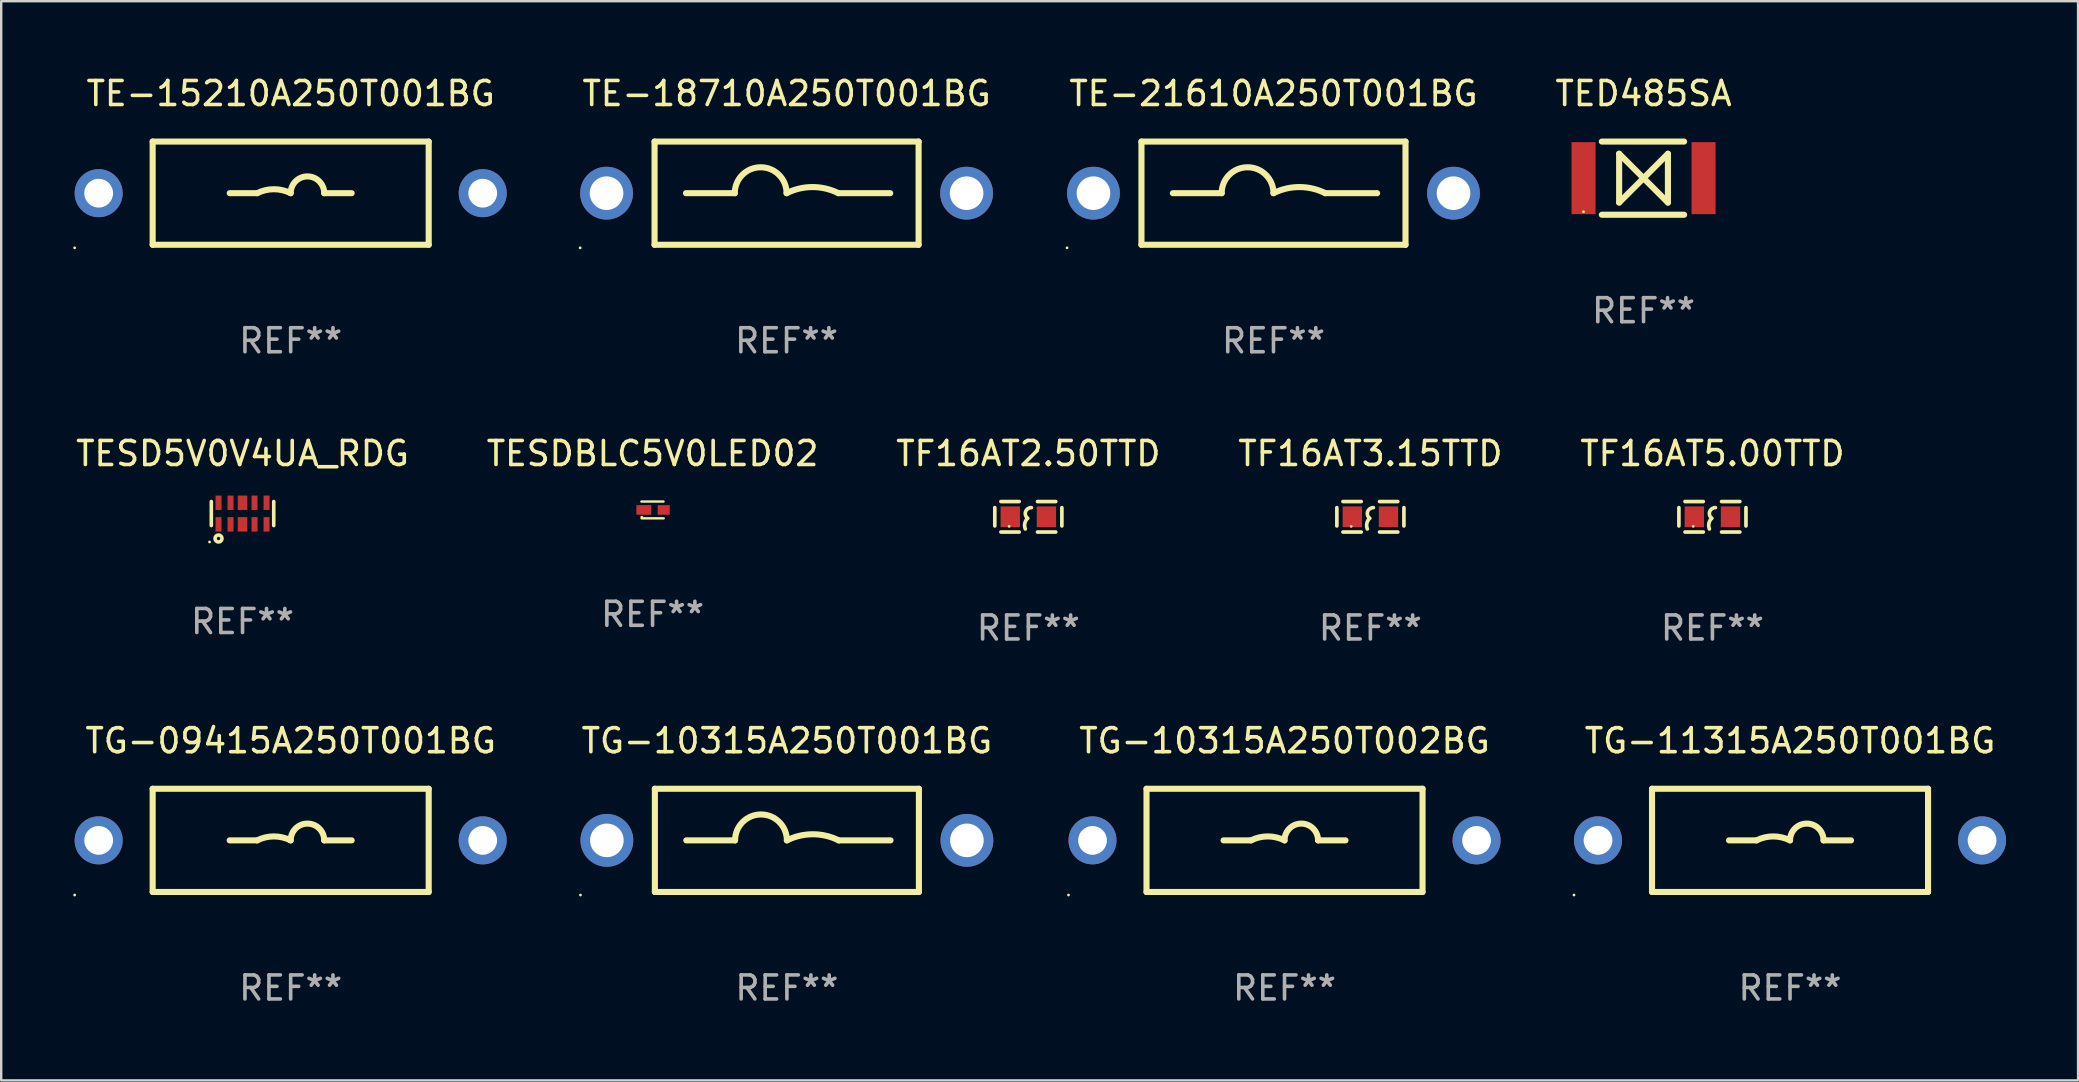
<source format=kicad_pcb>
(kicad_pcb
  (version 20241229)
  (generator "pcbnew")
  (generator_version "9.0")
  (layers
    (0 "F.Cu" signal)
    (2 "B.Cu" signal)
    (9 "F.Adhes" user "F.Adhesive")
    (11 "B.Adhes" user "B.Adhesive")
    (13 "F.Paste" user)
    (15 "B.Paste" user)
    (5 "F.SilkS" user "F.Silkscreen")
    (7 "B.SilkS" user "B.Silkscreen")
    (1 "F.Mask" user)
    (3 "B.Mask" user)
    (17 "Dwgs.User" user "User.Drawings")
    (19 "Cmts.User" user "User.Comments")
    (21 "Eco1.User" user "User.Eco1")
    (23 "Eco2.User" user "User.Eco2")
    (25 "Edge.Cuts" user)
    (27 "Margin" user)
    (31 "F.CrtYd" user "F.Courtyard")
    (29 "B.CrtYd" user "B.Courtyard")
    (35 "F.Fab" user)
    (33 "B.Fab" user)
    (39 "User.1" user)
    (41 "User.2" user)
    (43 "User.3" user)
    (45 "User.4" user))
  (footprint "TG-10315A250T001BG"
    (layer "F.Cu")
    (at 29.733 31.961)
    (property "Reference" "TG-10315A250T001BG" (at 0 -4.15 0) (layer "F.SilkS") (effects (font (size 1 1) (thickness 0.15))))
    (attr through_hole)
    (fp_line (start -5.5 -2.15) (end -5.5 2.15) (stroke (width 0.254) (type solid)) (layer "F.SilkS"))
    (fp_line (start -5.5 -2.15) (end 5.5 -2.15) (stroke (width 0.254) (type solid)) (layer "F.SilkS"))
    (fp_line (start -5.5 2.15) (end 5.5 2.15) (stroke (width 0.254) (type solid)) (layer "F.SilkS"))
    (fp_line (start -2.159 0) (end -4.191 0) (stroke (width 0.254) (type solid)) (layer "F.SilkS"))
    (fp_line (start 2.159 0) (end 4.318 0) (stroke (width 0.254) (type solid)) (layer "F.SilkS"))
    (fp_line (start 5.5 -2.15) (end 5.5 2.15) (stroke (width 0.254) (type solid)) (layer "F.SilkS"))
    (fp_arc (start -2.159004 0) (mid -1.079502 -1.079502) (end 0 0) (stroke (width 0.254001) (type solid)) (layer "F.SilkS"))
    (fp_arc (start 0 0) (mid 1.079502 -0.254836) (end 2.159004 0) (stroke (width 0.254001) (type solid)) (layer "F.SilkS"))
    (fp_circle (center -8.6 2.277) (end -8.57 2.277) (stroke (width 0.06) (type solid)) (fill no) (layer "F.SilkS"))
    (fp_text user "REF**" (at 0 6.15 0) (layer "F.Fab") (effects (font (size 1 1) (thickness 0.15))))
    (pad "1" thru_hole circle (at -7.5 0) (size 2.2 2.2) (drill 1.4) (layers "*.Cu" "*.Mask"))
    (pad "2" thru_hole circle (at 7.5 0) (size 2.2 2.2) (drill 1.4) (layers "*.Cu" "*.Mask")))
  (footprint "TG-09415A250T001BG"
    (layer "F.Cu")
    (at 9.06 31.961)
    (property "Reference" "TG-09415A250T001BG" (at 0 -4.15 0) (layer "F.SilkS") (effects (font (size 1 1) (thickness 0.15))))
    (attr through_hole)
    (fp_line (start -5.75 2.15) (end 5.75 2.15) (stroke (width 0.254) (type solid)) (layer "F.SilkS"))
    (fp_line (start -5.75 -2.15) (end -5.75 2.15) (stroke (width 0.254) (type solid)) (layer "F.SilkS"))
    (fp_line (start -5.75 -2.15) (end 5.75 -2.15) (stroke (width 0.254) (type solid)) (layer "F.SilkS"))
    (fp_line (start -2.54 0) (end -1.397 0) (stroke (width 0.254) (type solid)) (layer "F.SilkS"))
    (fp_line (start 2.54 0) (end 1.397 0) (stroke (width 0.254) (type solid)) (layer "F.SilkS"))
    (fp_line (start 5.75 -2.15) (end 5.75 2.15) (stroke (width 0.254) (type solid)) (layer "F.SilkS"))
    (fp_arc (start -1.397003 0) (mid -0.698501 -0.164894) (end 0 0) (stroke (width 0.254001) (type solid)) (layer "F.SilkS"))
    (fp_arc (start -0.000001 0) (mid 0.698501 -0.698502) (end 1.397003 0) (stroke (width 0.254001) (type solid)) (layer "F.SilkS"))
    (fp_circle (center -9 2.277) (end -8.97 2.277) (stroke (width 0.06) (type solid)) (fill no) (layer "F.SilkS"))
    (fp_text user "REF**" (at 0 6.15 0) (layer "F.Fab") (effects (font (size 1 1) (thickness 0.15))))
    (pad "1" thru_hole circle (at -8 0) (size 2 2) (drill 1.2) (layers "*.Cu" "*.Mask"))
    (pad "2" thru_hole circle (at 8 0) (size 2 2) (drill 1.2) (layers "*.Cu" "*.Mask")))
  (footprint "TF16AT3.15TTD"
    (layer "F.Cu")
    (at 54.042 18.48)
    (property "Reference" "TF16AT3.15TTD" (at 0 -2.635 0) (layer "F.SilkS") (effects (font (size 1 1) (thickness 0.15))))
    (attr through_hole)
    (fp_line (start -1.397 -0.381) (end -1.397 0.381) (stroke (width 0.152) (type solid)) (layer "F.SilkS"))
    (fp_line (start -0.381 -0.635) (end -1.143 -0.635) (stroke (width 0.152) (type solid)) (layer "F.SilkS"))
    (fp_line (start -0.381 0.635) (end -1.143 0.635) (stroke (width 0.152) (type solid)) (layer "F.SilkS"))
    (fp_line (start 0.381 -0.635) (end 1.143 -0.635) (stroke (width 0.152) (type solid)) (layer "F.SilkS"))
    (fp_line (start 0.381 0.635) (end 1.143 0.635) (stroke (width 0.152) (type solid)) (layer "F.SilkS"))
    (fp_line (start 1.397 -0.381) (end 1.397 0.381) (stroke (width 0.152) (type solid)) (layer "F.SilkS"))
    (fp_arc (start -0.127 0.508001) (mid -0.146523 0.271131) (end -0.030861 0.0635) (stroke (width 0.151994) (type solid)) (layer "F.SilkS"))
    (fp_arc (start -0.03175 0.0635) (mid -0.113571 -0.216321) (end 0.127001 -0.381002) (stroke (width 0.151994) (type solid)) (layer "F.SilkS"))
    (fp_circle (center -0.8 0.4) (end -0.77 0.4) (stroke (width 0.06) (type solid)) (fill no) (layer "F.SilkS"))
    (fp_text user "REF**" (at 0 4.635 0) (layer "F.Fab") (effects (font (size 1 1) (thickness 0.15))))
    (pad "1" smd rect (at -0.753 0) (size 0.806 0.864) (layers "F.Cu" "F.Mask" "F.Paste"))
    (pad "2" smd rect (at 0.753 0) (size 0.806 0.864) (layers "F.Cu" "F.Mask" "F.Paste")))
  (footprint "TE-15210A250T001BG"
    (layer "F.Cu")
    (at 9.06 4.998)
    (property "Reference" "TE-15210A250T001BG" (at 0 -4.15 0) (layer "F.SilkS") (effects (font (size 1 1) (thickness 0.15))))
    (attr through_hole)
    (fp_line (start -5.75 2.15) (end 5.75 2.15) (stroke (width 0.254) (type solid)) (layer "F.SilkS"))
    (fp_line (start -5.75 -2.15) (end -5.75 2.15) (stroke (width 0.254) (type solid)) (layer "F.SilkS"))
    (fp_line (start -5.75 -2.15) (end 5.75 -2.15) (stroke (width 0.254) (type solid)) (layer "F.SilkS"))
    (fp_line (start -2.54 0) (end -1.397 0) (stroke (width 0.254) (type solid)) (layer "F.SilkS"))
    (fp_line (start 2.54 0) (end 1.397 0) (stroke (width 0.254) (type solid)) (layer "F.SilkS"))
    (fp_line (start 5.75 -2.15) (end 5.75 2.15) (stroke (width 0.254) (type solid)) (layer "F.SilkS"))
    (fp_arc (start -1.397003 0) (mid -0.698501 -0.164894) (end 0 0) (stroke (width 0.254001) (type solid)) (layer "F.SilkS"))
    (fp_arc (start -0.000001 0) (mid 0.698501 -0.698502) (end 1.397003 0) (stroke (width 0.254001) (type solid)) (layer "F.SilkS"))
    (fp_circle (center -9 2.277) (end -8.97 2.277) (stroke (width 0.06) (type solid)) (fill no) (layer "F.SilkS"))
    (fp_text user "REF**" (at 0 6.15 0) (layer "F.Fab") (effects (font (size 1 1) (thickness 0.15))))
    (pad "1" thru_hole circle (at -8 0) (size 2 2) (drill 1.2) (layers "*.Cu" "*.Mask"))
    (pad "2" thru_hole circle (at 8 0) (size 2 2) (drill 1.2) (layers "*.Cu" "*.Mask")))
  (footprint "TF16AT5.00TTD"
    (layer "F.Cu")
    (at 68.292 18.48)
    (property "Reference" "TF16AT5.00TTD" (at 0 -2.635 0) (layer "F.SilkS") (effects (font (size 1 1) (thickness 0.15))))
    (attr through_hole)
    (fp_line (start -1.397 -0.381) (end -1.397 0.381) (stroke (width 0.152) (type solid)) (layer "F.SilkS"))
    (fp_line (start -0.381 -0.635) (end -1.143 -0.635) (stroke (width 0.152) (type solid)) (layer "F.SilkS"))
    (fp_line (start -0.381 0.635) (end -1.143 0.635) (stroke (width 0.152) (type solid)) (layer "F.SilkS"))
    (fp_line (start 0.381 -0.635) (end 1.143 -0.635) (stroke (width 0.152) (type solid)) (layer "F.SilkS"))
    (fp_line (start 0.381 0.635) (end 1.143 0.635) (stroke (width 0.152) (type solid)) (layer "F.SilkS"))
    (fp_line (start 1.397 -0.381) (end 1.397 0.381) (stroke (width 0.152) (type solid)) (layer "F.SilkS"))
    (fp_arc (start -0.127 0.508001) (mid -0.146523 0.271131) (end -0.030861 0.0635) (stroke (width 0.151994) (type solid)) (layer "F.SilkS"))
    (fp_arc (start -0.03175 0.0635) (mid -0.113571 -0.216321) (end 0.127001 -0.381002) (stroke (width 0.151994) (type solid)) (layer "F.SilkS"))
    (fp_circle (center -0.8 0.4) (end -0.77 0.4) (stroke (width 0.06) (type solid)) (fill no) (layer "F.SilkS"))
    (fp_text user "REF**" (at 0 4.635 0) (layer "F.Fab") (effects (font (size 1 1) (thickness 0.15))))
    (pad "1" smd rect (at -0.753 0) (size 0.806 0.864) (layers "F.Cu" "F.Mask" "F.Paste"))
    (pad "2" smd rect (at 0.753 0) (size 0.806 0.864) (layers "F.Cu" "F.Mask" "F.Paste")))
  (footprint "TED485SA"
    (layer "F.Cu")
    (at 65.422 4.372)
    (property "Reference" "TED485SA" (at 0 -3.524 0) (layer "F.SilkS") (effects (font (size 1 1) (thickness 0.15))))
    (attr through_hole)
    (fp_line (start -1.738 -1.524) (end 1.691 -1.524) (stroke (width 0.254) (type solid)) (layer "F.SilkS"))
    (fp_line (start -1.738 1.524) (end 1.691 1.524) (stroke (width 0.254) (type solid)) (layer "F.SilkS"))
    (fp_line (start -1.016 1.016) (end -1.016 -1.016) (stroke (width 0.254) (type solid)) (layer "F.SilkS"))
    (fp_line (start 0 0) (end -1.016 -1.016) (stroke (width 0.254) (type solid)) (layer "F.SilkS"))
    (fp_line (start 0 0) (end -1.016 1.016) (stroke (width 0.254) (type solid)) (layer "F.SilkS"))
    (fp_line (start 0 0) (end 1.016 -1.016) (stroke (width 0.254) (type solid)) (layer "F.SilkS"))
    (fp_line (start 0 0) (end 1.016 1.016) (stroke (width 0.254) (type solid)) (layer "F.SilkS"))
    (fp_line (start 1.016 1.016) (end 1.016 -1.016) (stroke (width 0.254) (type solid)) (layer "F.SilkS"))
    (fp_circle (center -2.5 1.4) (end -2.47 1.4) (stroke (width 0.06) (type solid)) (fill no) (layer "F.SilkS"))
    (fp_text user "REF**" (at 0 5.524 0) (layer "F.Fab") (effects (font (size 1 1) (thickness 0.15))))
    (pad "1" smd rect (at -2.5 0) (size 1 3) (layers "F.Cu" "F.Mask" "F.Paste"))
    (pad "2" smd rect (at 2.5 0) (size 1 3) (layers "F.Cu" "F.Mask" "F.Paste")))
  (footprint "TE-21610A250T001BG"
    (layer "F.Cu")
    (at 50.005 4.998)
    (property "Reference" "TE-21610A250T001BG" (at 0 -4.15 0) (layer "F.SilkS") (effects (font (size 1 1) (thickness 0.15))))
    (attr through_hole)
    (fp_line (start -5.5 -2.15) (end -5.5 2.15) (stroke (width 0.254) (type solid)) (layer "F.SilkS"))
    (fp_line (start -5.5 -2.15) (end 5.5 -2.15) (stroke (width 0.254) (type solid)) (layer "F.SilkS"))
    (fp_line (start -5.5 2.15) (end 5.5 2.15) (stroke (width 0.254) (type solid)) (layer "F.SilkS"))
    (fp_line (start -2.159 0) (end -4.191 0) (stroke (width 0.254) (type solid)) (layer "F.SilkS"))
    (fp_line (start 2.159 0) (end 4.318 0) (stroke (width 0.254) (type solid)) (layer "F.SilkS"))
    (fp_line (start 5.5 -2.15) (end 5.5 2.15) (stroke (width 0.254) (type solid)) (layer "F.SilkS"))
    (fp_arc (start -2.159004 0) (mid -1.079502 -1.079502) (end 0 0) (stroke (width 0.254001) (type solid)) (layer "F.SilkS"))
    (fp_arc (start 0 0) (mid 1.079502 -0.254836) (end 2.159004 0) (stroke (width 0.254001) (type solid)) (layer "F.SilkS"))
    (fp_circle (center -8.6 2.277) (end -8.57 2.277) (stroke (width 0.06) (type solid)) (fill no) (layer "F.SilkS"))
    (fp_text user "REF**" (at 0 6.15 0) (layer "F.Fab") (effects (font (size 1 1) (thickness 0.15))))
    (pad "1" thru_hole circle (at -7.5 0) (size 2.2 2.2) (drill 1.4) (layers "*.Cu" "*.Mask"))
    (pad "2" thru_hole circle (at 7.5 0) (size 2.2 2.2) (drill 1.4) (layers "*.Cu" "*.Mask")))
  (footprint "TESDBLC5V0LED02"
    (layer "F.Cu")
    (at 24.137 18.195)
    (property "Reference" "TESDBLC5V0LED02" (at 0 -2.35 0) (layer "F.SilkS") (effects (font (size 1 1) (thickness 0.15))))
    (attr through_hole)
    (fp_line (start -0.465 -0.35) (end 0.455 -0.35) (stroke (width 0.1) (type solid)) (layer "F.SilkS"))
    (fp_line (start -0.455 0.35) (end 0.465 0.35) (stroke (width 0.1) (type solid)) (layer "F.SilkS"))
    (fp_circle (center -0.45 0.3) (end -0.42 0.3) (stroke (width 0.06) (type solid)) (fill no) (layer "F.SilkS"))
    (fp_text user "REF**" (at 0 4.35 0) (layer "F.Fab") (effects (font (size 1 1) (thickness 0.15))))
    (pad "1" smd rect (at -0.365 0) (size 0.62 0.4) (layers "F.Cu" "F.Mask" "F.Paste"))
    (pad "2" smd rect (at 0.465 0) (size 0.5 0.4) (layers "F.Cu" "F.Mask" "F.Paste")))
  (footprint "TESD5V0V4UA_RDG"
    (layer "F.Cu")
    (at 7.054 18.345)
    (property "Reference" "TESD5V0V4UA_RDG" (at 0 -2.5 0) (layer "F.SilkS") (effects (font (size 1 1) (thickness 0.15))))
    (attr through_hole)
    (fp_line (start -1.3 -0.5) (end -1.3 0.5) (stroke (width 0.15) (type solid)) (layer "F.SilkS"))
    (fp_line (start 1.3 -0.5) (end 1.3 0.5) (stroke (width 0.15) (type solid)) (layer "F.SilkS"))
    (fp_circle (center -1.375 1.185) (end -1.345 1.185) (stroke (width 0.06) (type solid)) (fill no) (layer "F.SilkS"))
    (fp_circle (center -1 1.04) (end -0.93 1.04) (stroke (width 0.15) (type solid)) (fill no) (layer "F.SilkS"))
    (fp_text user "REF**" (at 0 4.5 0) (layer "F.Fab") (effects (font (size 1 1) (thickness 0.15))))
    (pad "1" smd rect (at -1 0.45) (size 0.25 0.6) (layers "F.Cu" "F.Mask" "F.Paste"))
    (pad "2" smd rect (at -0.5 0.45) (size 0.25 0.6) (layers "F.Cu" "F.Mask" "F.Paste"))
    (pad "3" smd rect (at 0 0.45) (size 0.4 0.6) (layers "F.Cu" "F.Mask" "F.Paste"))
    (pad "4" smd rect (at 0.5 0.45) (size 0.25 0.6) (layers "F.Cu" "F.Mask" "F.Paste"))
    (pad "5" smd rect (at 1 0.45) (size 0.25 0.6) (layers "F.Cu" "F.Mask" "F.Paste"))
    (pad "6" smd rect (at 1 -0.45) (size 0.25 0.6) (layers "F.Cu" "F.Mask" "F.Paste"))
    (pad "7" smd rect (at 0.5 -0.45) (size 0.25 0.6) (layers "F.Cu" "F.Mask" "F.Paste"))
    (pad "8" smd rect (at 0 -0.45) (size 0.4 0.6) (layers "F.Cu" "F.Mask" "F.Paste"))
    (pad "9" smd rect (at -0.5 -0.45) (size 0.25 0.6) (layers "F.Cu" "F.Mask" "F.Paste"))
    (pad "10" smd rect (at -1 -0.45) (size 0.25 0.6) (layers "F.Cu" "F.Mask" "F.Paste")))
  (footprint "TG-10315A250T002BG"
    (layer "F.Cu")
    (at 50.465 31.961)
    (property "Reference" "TG-10315A250T002BG" (at 0 -4.15 0) (layer "F.SilkS") (effects (font (size 1 1) (thickness 0.15))))
    (attr through_hole)
    (fp_line (start -5.75 2.15) (end 5.75 2.15) (stroke (width 0.254) (type solid)) (layer "F.SilkS"))
    (fp_line (start -5.75 -2.15) (end -5.75 2.15) (stroke (width 0.254) (type solid)) (layer "F.SilkS"))
    (fp_line (start -5.75 -2.15) (end 5.75 -2.15) (stroke (width 0.254) (type solid)) (layer "F.SilkS"))
    (fp_line (start -2.54 0) (end -1.397 0) (stroke (width 0.254) (type solid)) (layer "F.SilkS"))
    (fp_line (start 2.54 0) (end 1.397 0) (stroke (width 0.254) (type solid)) (layer "F.SilkS"))
    (fp_line (start 5.75 -2.15) (end 5.75 2.15) (stroke (width 0.254) (type solid)) (layer "F.SilkS"))
    (fp_arc (start -1.397003 0) (mid -0.698501 -0.164894) (end 0 0) (stroke (width 0.254001) (type solid)) (layer "F.SilkS"))
    (fp_arc (start -0.000001 0) (mid 0.698501 -0.698502) (end 1.397003 0) (stroke (width 0.254001) (type solid)) (layer "F.SilkS"))
    (fp_circle (center -9 2.277) (end -8.97 2.277) (stroke (width 0.06) (type solid)) (fill no) (layer "F.SilkS"))
    (fp_text user "REF**" (at 0 6.15 0) (layer "F.Fab") (effects (font (size 1 1) (thickness 0.15))))
    (pad "1" thru_hole circle (at -8 0) (size 2 2) (drill 1.2) (layers "*.Cu" "*.Mask"))
    (pad "2" thru_hole circle (at 8 0) (size 2 2) (drill 1.2) (layers "*.Cu" "*.Mask")))
  (footprint "TF16AT2.50TTD"
    (layer "F.Cu")
    (at 39.792 18.48)
    (property "Reference" "TF16AT2.50TTD" (at 0 -2.635 0) (layer "F.SilkS") (effects (font (size 1 1) (thickness 0.15))))
    (attr through_hole)
    (fp_line (start -1.397 -0.381) (end -1.397 0.381) (stroke (width 0.152) (type solid)) (layer "F.SilkS"))
    (fp_line (start -0.381 -0.635) (end -1.143 -0.635) (stroke (width 0.152) (type solid)) (layer "F.SilkS"))
    (fp_line (start -0.381 0.635) (end -1.143 0.635) (stroke (width 0.152) (type solid)) (layer "F.SilkS"))
    (fp_line (start 0.381 -0.635) (end 1.143 -0.635) (stroke (width 0.152) (type solid)) (layer "F.SilkS"))
    (fp_line (start 0.381 0.635) (end 1.143 0.635) (stroke (width 0.152) (type solid)) (layer "F.SilkS"))
    (fp_line (start 1.397 -0.381) (end 1.397 0.381) (stroke (width 0.152) (type solid)) (layer "F.SilkS"))
    (fp_arc (start -0.127 0.508001) (mid -0.146523 0.271131) (end -0.030861 0.0635) (stroke (width 0.151994) (type solid)) (layer "F.SilkS"))
    (fp_arc (start -0.03175 0.0635) (mid -0.113571 -0.216321) (end 0.127001 -0.381002) (stroke (width 0.151994) (type solid)) (layer "F.SilkS"))
    (fp_circle (center -0.8 0.4) (end -0.77 0.4) (stroke (width 0.06) (type solid)) (fill no) (layer "F.SilkS"))
    (fp_text user "REF**" (at 0 4.635 0) (layer "F.Fab") (effects (font (size 1 1) (thickness 0.15))))
    (pad "1" smd rect (at -0.753 0) (size 0.806 0.864) (layers "F.Cu" "F.Mask" "F.Paste"))
    (pad "2" smd rect (at 0.753 0) (size 0.806 0.864) (layers "F.Cu" "F.Mask" "F.Paste")))
  (footprint "TG-11315A250T001BG"
    (layer "F.Cu")
    (at 71.525 31.961)
    (property "Reference" "TG-11315A250T001BG" (at 0 -4.15 0) (layer "F.SilkS") (effects (font (size 1 1) (thickness 0.15))))
    (attr through_hole)
    (fp_line (start -5.75 2.15) (end 5.75 2.15) (stroke (width 0.254) (type solid)) (layer "F.SilkS"))
    (fp_line (start -5.75 -2.15) (end -5.75 2.15) (stroke (width 0.254) (type solid)) (layer "F.SilkS"))
    (fp_line (start -5.75 -2.15) (end 5.75 -2.15) (stroke (width 0.254) (type solid)) (layer "F.SilkS"))
    (fp_line (start -2.54 0) (end -1.397 0) (stroke (width 0.254) (type solid)) (layer "F.SilkS"))
    (fp_line (start 2.54 0) (end 1.397 0) (stroke (width 0.254) (type solid)) (layer "F.SilkS"))
    (fp_line (start 5.75 -2.15) (end 5.75 2.15) (stroke (width 0.254) (type solid)) (layer "F.SilkS"))
    (fp_arc (start -1.397003 0) (mid -0.698501 -0.164894) (end 0 0) (stroke (width 0.254001) (type solid)) (layer "F.SilkS"))
    (fp_arc (start -0.000001 0) (mid 0.698501 -0.698502) (end 1.397003 0) (stroke (width 0.254001) (type solid)) (layer "F.SilkS"))
    (fp_circle (center -9 2.277) (end -8.97 2.277) (stroke (width 0.06) (type solid)) (fill no) (layer "F.SilkS"))
    (fp_text user "REF**" (at 0 6.15 0) (layer "F.Fab") (effects (font (size 1 1) (thickness 0.15))))
    (pad "1" thru_hole circle (at -8 0) (size 2 2) (drill 1.2) (layers "*.Cu" "*.Mask"))
    (pad "2" thru_hole circle (at 8 0) (size 2 2) (drill 1.2) (layers "*.Cu" "*.Mask")))
  (footprint "TE-18710A250T001BG"
    (layer "F.Cu")
    (at 29.72 4.998)
    (property "Reference" "TE-18710A250T001BG" (at 0 -4.15 0) (layer "F.SilkS") (effects (font (size 1 1) (thickness 0.15))))
    (attr through_hole)
    (fp_line (start -5.5 -2.15) (end -5.5 2.15) (stroke (width 0.254) (type solid)) (layer "F.SilkS"))
    (fp_line (start -5.5 -2.15) (end 5.5 -2.15) (stroke (width 0.254) (type solid)) (layer "F.SilkS"))
    (fp_line (start -5.5 2.15) (end 5.5 2.15) (stroke (width 0.254) (type solid)) (layer "F.SilkS"))
    (fp_line (start -2.159 0) (end -4.191 0) (stroke (width 0.254) (type solid)) (layer "F.SilkS"))
    (fp_line (start 2.159 0) (end 4.318 0) (stroke (width 0.254) (type solid)) (layer "F.SilkS"))
    (fp_line (start 5.5 -2.15) (end 5.5 2.15) (stroke (width 0.254) (type solid)) (layer "F.SilkS"))
    (fp_arc (start -2.159004 0) (mid -1.079502 -1.079502) (end 0 0) (stroke (width 0.254001) (type solid)) (layer "F.SilkS"))
    (fp_arc (start 0 0) (mid 1.079502 -0.254836) (end 2.159004 0) (stroke (width 0.254001) (type solid)) (layer "F.SilkS"))
    (fp_circle (center -8.6 2.277) (end -8.57 2.277) (stroke (width 0.06) (type solid)) (fill no) (layer "F.SilkS"))
    (fp_text user "REF**" (at 0 6.15 0) (layer "F.Fab") (effects (font (size 1 1) (thickness 0.15))))
    (pad "1" thru_hole circle (at -7.5 0) (size 2.2 2.2) (drill 1.4) (layers "*.Cu" "*.Mask"))
    (pad "2" thru_hole circle (at 7.5 0) (size 2.2 2.2) (drill 1.4) (layers "*.Cu" "*.Mask")))
  (gr_rect
    (start -3 -3)
    (end 83.525 41.96)
    (stroke (width 0.1) (type default))
    (fill no)
    (layer "Edge.Cuts")))
</source>
